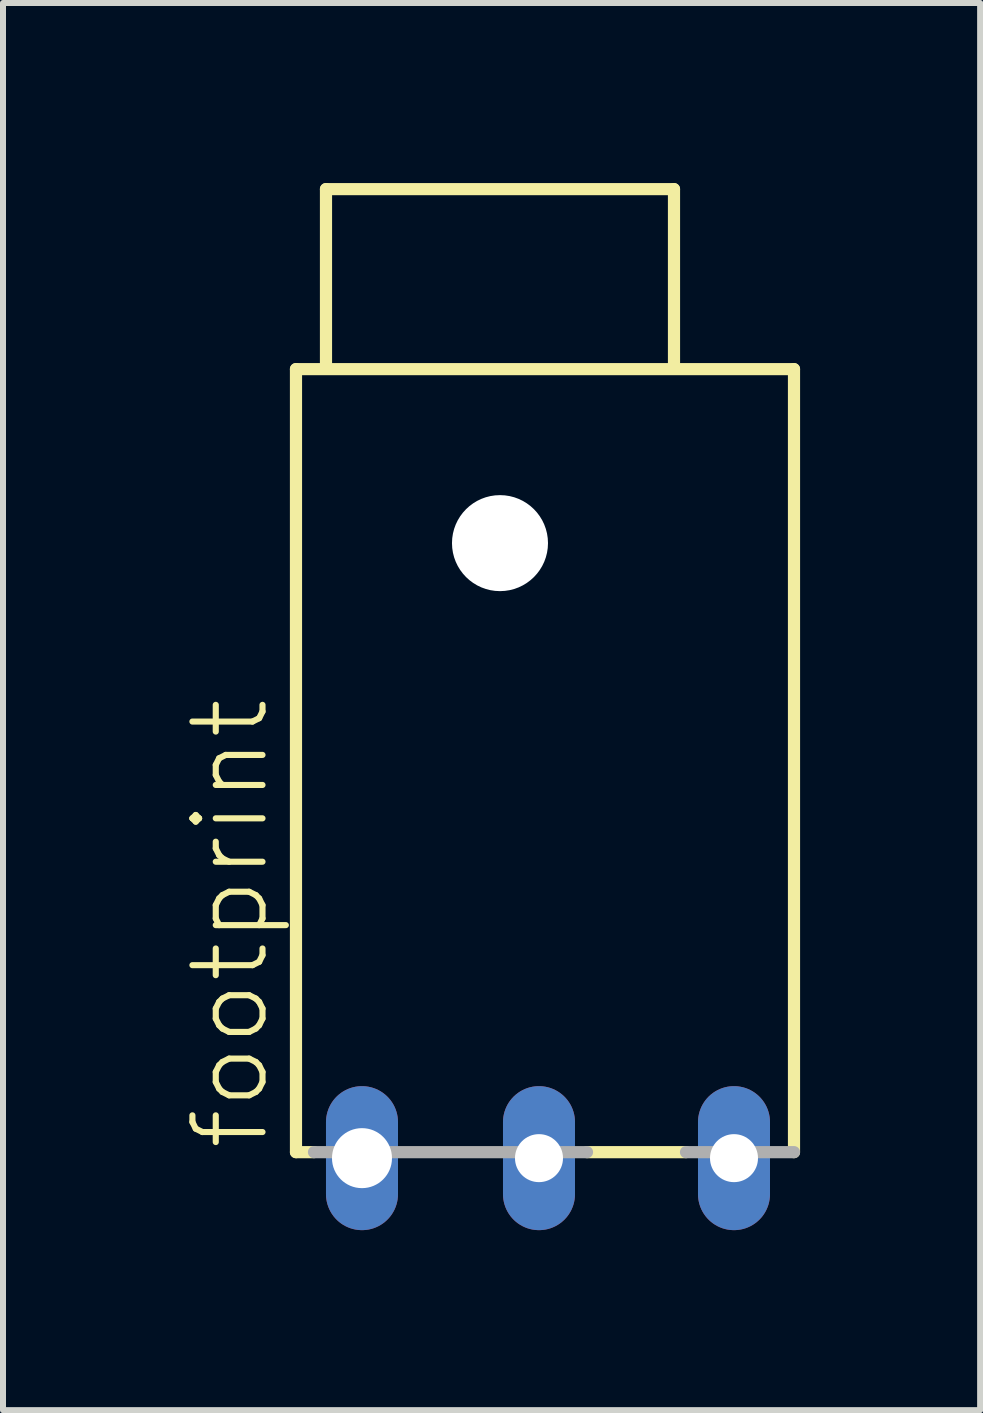
<source format=kicad_pcb>
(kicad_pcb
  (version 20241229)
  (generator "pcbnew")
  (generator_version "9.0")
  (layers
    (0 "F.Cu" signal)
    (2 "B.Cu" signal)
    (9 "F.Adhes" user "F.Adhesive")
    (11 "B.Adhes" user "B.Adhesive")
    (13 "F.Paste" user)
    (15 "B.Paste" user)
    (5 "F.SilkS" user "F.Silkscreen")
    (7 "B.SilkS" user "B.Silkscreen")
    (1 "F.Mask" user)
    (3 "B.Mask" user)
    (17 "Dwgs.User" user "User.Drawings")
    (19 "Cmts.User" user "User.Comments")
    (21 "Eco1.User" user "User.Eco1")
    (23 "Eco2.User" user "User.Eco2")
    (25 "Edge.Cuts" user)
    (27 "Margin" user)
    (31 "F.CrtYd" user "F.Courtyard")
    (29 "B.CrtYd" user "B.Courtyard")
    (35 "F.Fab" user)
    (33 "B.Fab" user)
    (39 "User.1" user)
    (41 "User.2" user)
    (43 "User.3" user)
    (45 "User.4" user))
  (footprint "footprint"
    (layer "F.Cu")
    (at 5.283 6.002)
    (property "Reference" "footprint" (at -3.81 10.16 90) (layer "F.SilkS") (effects (font (size 1.168 1.168) (thickness 0.102)) (justify left bottom)))
    (fp_line (start -3.4 -2.9) (end 4.9 -2.9) (stroke (width 0.203) (type solid)) (layer "F.SilkS"))
    (fp_line (start -3.4 10.15) (end -3.4 -2.9) (stroke (width 0.203) (type solid)) (layer "F.SilkS"))
    (fp_line (start -3.1 10.15) (end -3.4 10.15) (stroke (width 0.203) (type solid)) (layer "F.SilkS"))
    (fp_line (start -2.9 -5.9) (end 2.9 -5.9) (stroke (width 0.203) (type solid)) (layer "F.SilkS"))
    (fp_line (start -2.9 -3) (end -2.9 -5.9) (stroke (width 0.203) (type solid)) (layer "F.SilkS"))
    (fp_line (start 2.9 -5.9) (end 2.9 -3) (stroke (width 0.203) (type solid)) (layer "F.SilkS"))
    (fp_line (start 3.1 10.15) (end 1.45 10.15) (stroke (width 0.203) (type solid)) (layer "F.SilkS"))
    (fp_line (start 4.9 -2.9) (end 4.9 10.15) (stroke (width 0.203) (type solid)) (layer "F.SilkS"))
    (fp_line (start 1.45 10.15) (end -3.1 10.15) (stroke (width 0.203) (type solid)) (layer "F.Fab"))
    (fp_line (start 4.9 10.15) (end 3.1 10.15) (stroke (width 0.203) (type solid)) (layer "F.Fab"))
    (pad "" np_thru_hole circle (at 0 0) (size 1.6 1.6) (drill 1.6) (layers "*.Cu" "*.Mask"))
    (pad "1" thru_hole oval (at 3.9 10.25 90) (size 2.4 1.2) (drill 0.8) (layers "*.Cu" "*.Mask"))
    (pad "2" thru_hole oval (at 0.65 10.25 90) (size 2.4 1.2) (drill 0.8) (layers "*.Cu" "*.Mask"))
    (pad "3" thru_hole oval (at -2.3 10.25 90) (size 2.4 1.2) (drill 1) (layers "*.Cu" "*.Mask")))
  (gr_rect
    (start -3 -3)
    (end 13.285 20.452)
    (stroke (width 0.1) (type default))
    (fill no)
    (layer "Edge.Cuts")))
</source>
